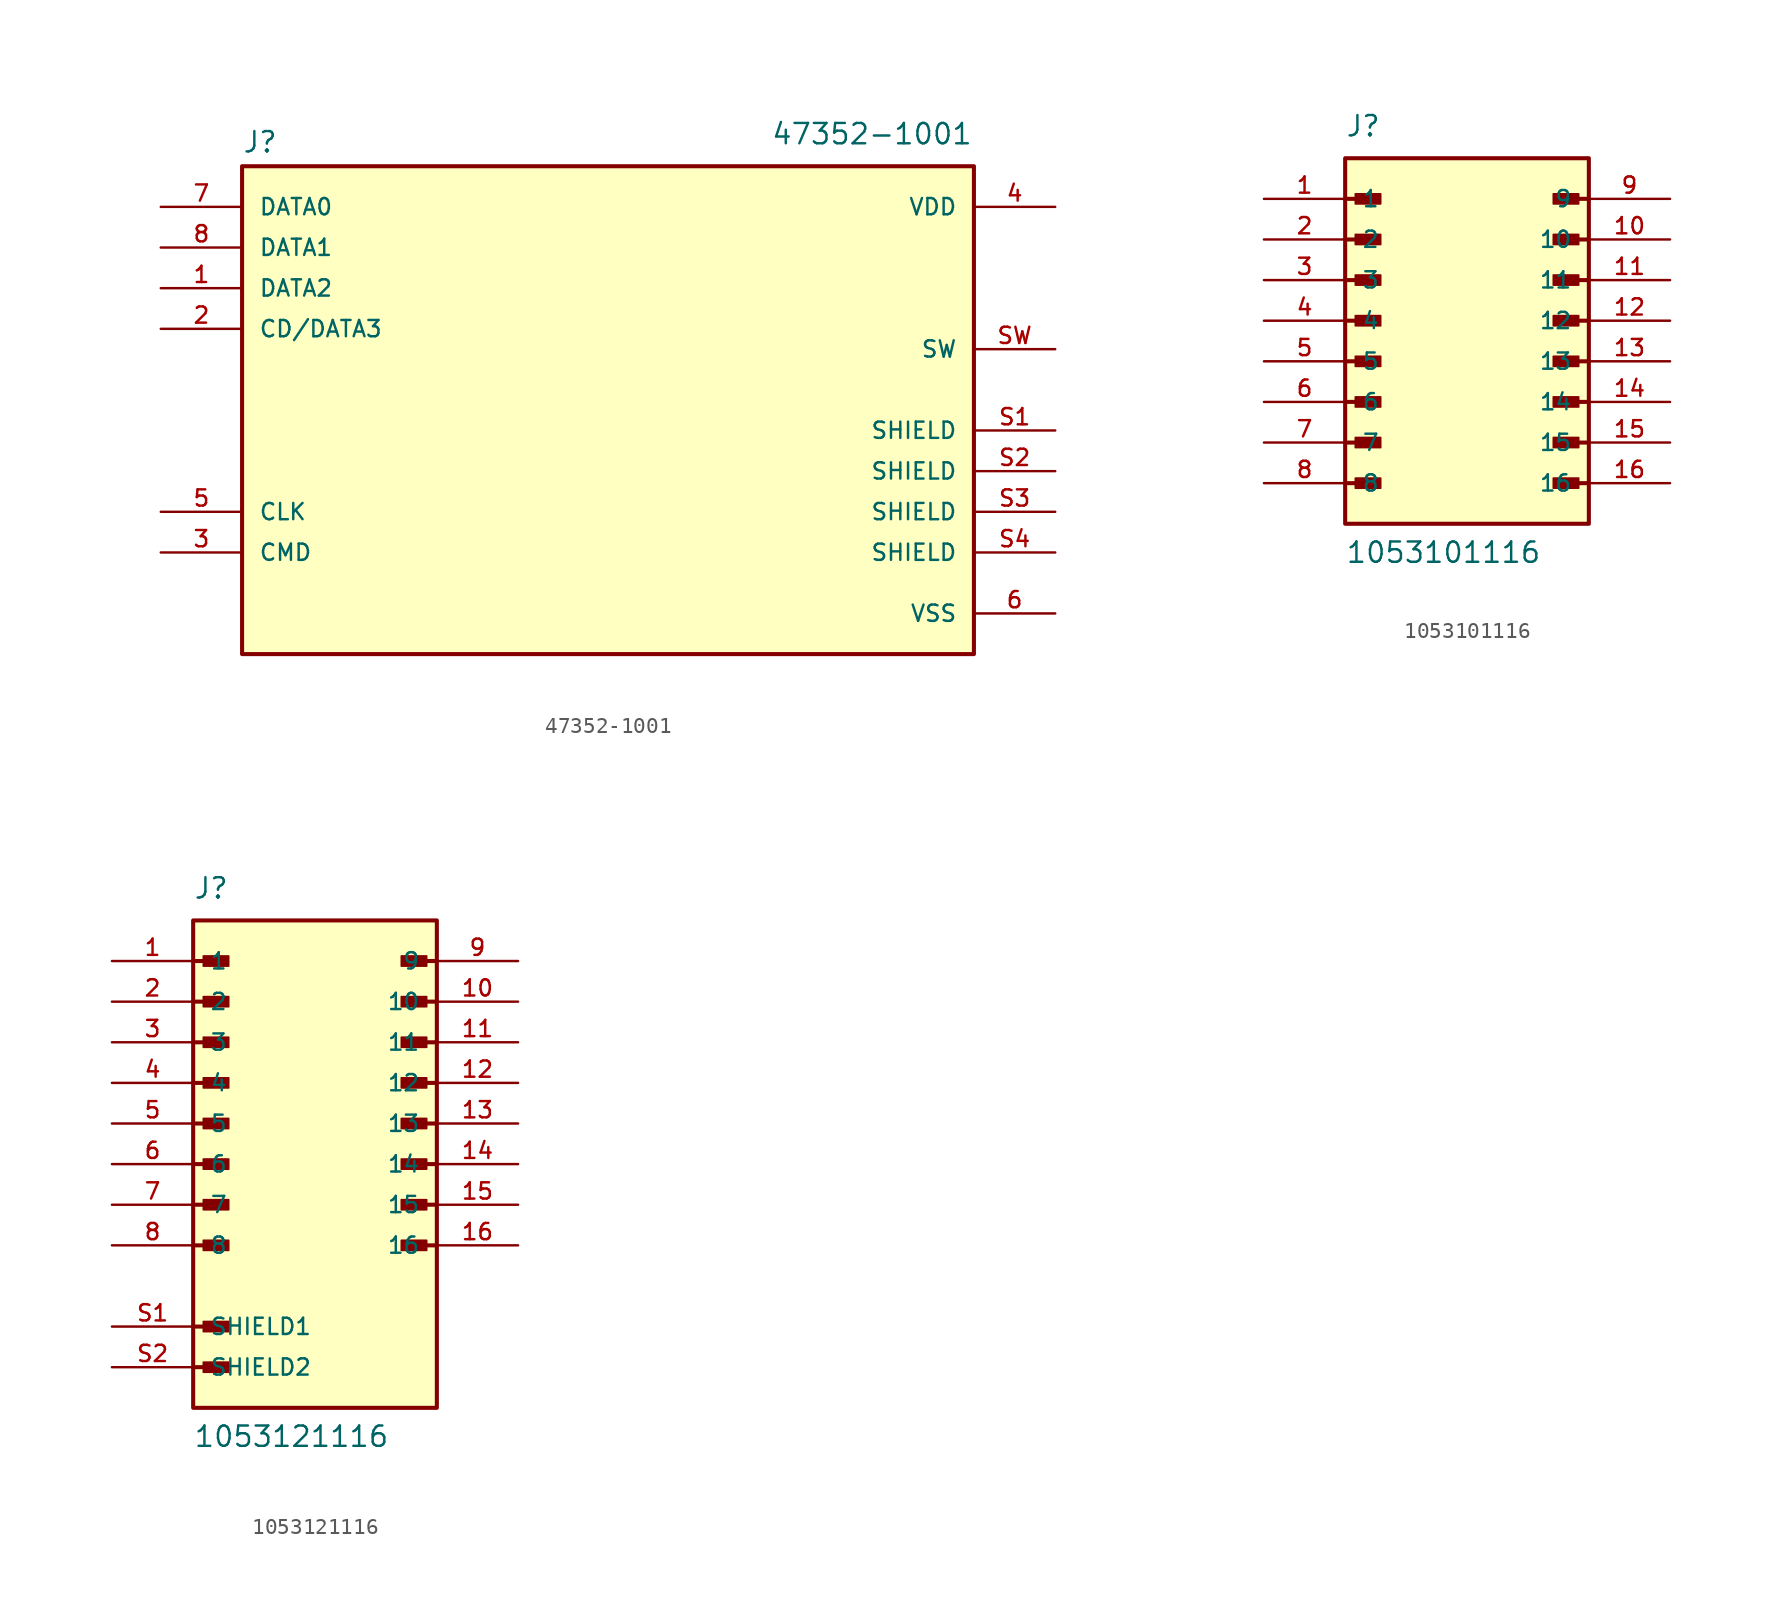
<source format=kicad_sym>
(kicad_symbol_lib
  (version 20220914)
  (generator kicad_symbol_editor)
  (symbol "47352-1001"
    (pin_names
      (offset 1.016))
    (property "Reference" "J"
      (at -7.62 16.002 0)
      (effects (font (size 1.27 1.27)) (justify left bottom)))
    (property "Value" "47352-1001"
      (at 25.4 16.51 0)
      (effects (font (size 1.27 1.27)) (justify left bottom)))
    (symbol "47352-1001_0_0"
      (rectangle (start -7.62 15.24) (end 38.1 -15.24) (stroke (width 0.254) (type default)) (fill (type background)))
      (pin passive line (at -12.7 7.62 0) (length 5.08) (name "DATA2" (effects (font (size 1.016 1.016)))) (number "1" (effects (font (size 1.016 1.016)))))
      (pin passive line (at -12.7 5.08 0) (length 5.08) (name "CD/DATA3" (effects (font (size 1.016 1.016)))) (number "2" (effects (font (size 1.016 1.016)))))
      (pin passive line (at -12.7 -8.89 0) (length 5.08) (name "CMD" (effects (font (size 1.016 1.016)))) (number "3" (effects (font (size 1.016 1.016)))))
      (pin passive line (at 43.18 12.7 180) (length 5.08) (name "VDD" (effects (font (size 1.016 1.016)))) (number "4" (effects (font (size 1.016 1.016)))))
      (pin passive line (at -12.7 -6.35 0) (length 5.08) (name "CLK" (effects (font (size 1.016 1.016)))) (number "5" (effects (font (size 1.016 1.016)))))
      (pin passive line (at 43.18 -12.7 180) (length 5.08) (name "VSS" (effects (font (size 1.016 1.016)))) (number "6" (effects (font (size 1.016 1.016)))))
      (pin passive line (at -12.7 12.7 0) (length 5.08) (name "DATA0" (effects (font (size 1.016 1.016)))) (number "7" (effects (font (size 1.016 1.016)))))
      (pin passive line (at -12.7 10.16 0) (length 5.08) (name "DATA1" (effects (font (size 1.016 1.016)))) (number "8" (effects (font (size 1.016 1.016)))))
      (pin passive line (at 43.18 -1.27 180) (length 5.08) (name "SHIELD" (effects (font (size 1.016 1.016)))) (number "S1" (effects (font (size 1.016 1.016)))))
      (pin passive line (at 43.18 -3.81 180) (length 5.08) (name "SHIELD" (effects (font (size 1.016 1.016)))) (number "S2" (effects (font (size 1.016 1.016)))))
      (pin passive line (at 43.18 -6.35 180) (length 5.08) (name "SHIELD" (effects (font (size 1.016 1.016)))) (number "S3" (effects (font (size 1.016 1.016)))))
      (pin passive line (at 43.18 -8.89 180) (length 5.08) (name "SHIELD" (effects (font (size 1.016 1.016)))) (number "S4" (effects (font (size 1.016 1.016)))))
      (pin passive line (at 43.18 3.81 180) (length 5.08) (name "SW" (effects (font (size 1.016 1.016)))) (number "SW" (effects (font (size 1.016 1.016)))))))
  (symbol "1053101116"
    (pin_names
      (offset 1.016))
    (property "Reference" "J"
      (at -7.62 11.43 0)
      (effects (font (size 1.27 1.27)) (justify left bottom)))
    (property "Value" "1053101116"
      (at -7.62 -15.24 0)
      (effects (font (size 1.27 1.27)) (justify left bottom)))
    (symbol "1053101116_0_0"
      (rectangle (start -7.62 -12.7) (end 7.62 10.16) (stroke (width 0.254) (type default)) (fill (type background)))
      (rectangle (start -6.985 -10.477) (end -5.397 -9.842) (stroke (width 0.1) (type default)) (fill (type outline)))
      (rectangle (start -6.985 -7.938) (end -5.397 -7.303) (stroke (width 0.1) (type default)) (fill (type outline)))
      (rectangle (start -6.985 -5.397) (end -5.397 -4.763) (stroke (width 0.1) (type default)) (fill (type outline)))
      (rectangle (start -6.985 -2.857) (end -5.397 -2.223) (stroke (width 0.1) (type default)) (fill (type outline)))
      (rectangle (start -6.985 -0.318) (end -5.397 0.318) (stroke (width 0.1) (type default)) (fill (type outline)))
      (rectangle (start -6.985 2.223) (end -5.397 2.857) (stroke (width 0.1) (type default)) (fill (type outline)))
      (rectangle (start -6.985 4.763) (end -5.397 5.397) (stroke (width 0.1) (type default)) (fill (type outline)))
      (rectangle (start -6.985 7.303) (end -5.397 7.938) (stroke (width 0.1) (type default)) (fill (type outline)))
      (polyline (pts (xy -7.62 -10.16) (xy -5.715 -10.16)) (stroke (width 0.254) (type default)) (fill (type none)))
      (polyline (pts (xy -7.62 -7.62) (xy -5.715 -7.62)) (stroke (width 0.254) (type default)) (fill (type none)))
      (polyline (pts (xy -7.62 -5.08) (xy -5.715 -5.08)) (stroke (width 0.254) (type default)) (fill (type none)))
      (polyline (pts (xy -7.62 -2.54) (xy -5.715 -2.54)) (stroke (width 0.254) (type default)) (fill (type none)))
      (polyline (pts (xy -7.62 0) (xy -5.715 0)) (stroke (width 0.254) (type default)) (fill (type none)))
      (polyline (pts (xy -7.62 2.54) (xy -5.715 2.54)) (stroke (width 0.254) (type default)) (fill (type none)))
      (polyline (pts (xy -7.62 5.08) (xy -5.715 5.08)) (stroke (width 0.254) (type default)) (fill (type none)))
      (polyline (pts (xy -7.62 7.62) (xy -5.715 7.62)) (stroke (width 0.254) (type default)) (fill (type none)))
      (polyline (pts (xy 7.62 -10.16) (xy 5.715 -10.16)) (stroke (width 0.254) (type default)) (fill (type none)))
      (polyline (pts (xy 7.62 -7.62) (xy 5.715 -7.62)) (stroke (width 0.254) (type default)) (fill (type none)))
      (polyline (pts (xy 7.62 -5.08) (xy 5.715 -5.08)) (stroke (width 0.254) (type default)) (fill (type none)))
      (polyline (pts (xy 7.62 -2.54) (xy 5.715 -2.54)) (stroke (width 0.254) (type default)) (fill (type none)))
      (polyline (pts (xy 7.62 0) (xy 5.715 0)) (stroke (width 0.254) (type default)) (fill (type none)))
      (polyline (pts (xy 7.62 2.54) (xy 5.715 2.54)) (stroke (width 0.254) (type default)) (fill (type none)))
      (polyline (pts (xy 7.62 5.08) (xy 5.715 5.08)) (stroke (width 0.254) (type default)) (fill (type none)))
      (polyline (pts (xy 7.62 7.62) (xy 5.715 7.62)) (stroke (width 0.254) (type default)) (fill (type none)))
      (rectangle (start 5.397 -10.477) (end 6.985 -9.842) (stroke (width 0.1) (type default)) (fill (type outline)))
      (rectangle (start 5.397 -7.938) (end 6.985 -7.303) (stroke (width 0.1) (type default)) (fill (type outline)))
      (rectangle (start 5.397 -5.397) (end 6.985 -4.763) (stroke (width 0.1) (type default)) (fill (type outline)))
      (rectangle (start 5.397 -2.857) (end 6.985 -2.223) (stroke (width 0.1) (type default)) (fill (type outline)))
      (rectangle (start 5.397 -0.318) (end 6.985 0.318) (stroke (width 0.1) (type default)) (fill (type outline)))
      (rectangle (start 5.397 2.223) (end 6.985 2.857) (stroke (width 0.1) (type default)) (fill (type outline)))
      (rectangle (start 5.397 4.763) (end 6.985 5.397) (stroke (width 0.1) (type default)) (fill (type outline)))
      (rectangle (start 5.397 7.303) (end 6.985 7.938) (stroke (width 0.1) (type default)) (fill (type outline)))
      (pin passive line (at -12.7 7.62 0) (length 5.08) (name "1" (effects (font (size 1.016 1.016)))) (number "1" (effects (font (size 1.016 1.016)))))
      (pin passive line (at 12.7 5.08 180) (length 5.08) (name "10" (effects (font (size 1.016 1.016)))) (number "10" (effects (font (size 1.016 1.016)))))
      (pin passive line (at 12.7 2.54 180) (length 5.08) (name "11" (effects (font (size 1.016 1.016)))) (number "11" (effects (font (size 1.016 1.016)))))
      (pin passive line (at 12.7 0 180) (length 5.08) (name "12" (effects (font (size 1.016 1.016)))) (number "12" (effects (font (size 1.016 1.016)))))
      (pin passive line (at 12.7 -2.54 180) (length 5.08) (name "13" (effects (font (size 1.016 1.016)))) (number "13" (effects (font (size 1.016 1.016)))))
      (pin passive line (at 12.7 -5.08 180) (length 5.08) (name "14" (effects (font (size 1.016 1.016)))) (number "14" (effects (font (size 1.016 1.016)))))
      (pin passive line (at 12.7 -7.62 180) (length 5.08) (name "15" (effects (font (size 1.016 1.016)))) (number "15" (effects (font (size 1.016 1.016)))))
      (pin passive line (at 12.7 -10.16 180) (length 5.08) (name "16" (effects (font (size 1.016 1.016)))) (number "16" (effects (font (size 1.016 1.016)))))
      (pin passive line (at -12.7 5.08 0) (length 5.08) (name "2" (effects (font (size 1.016 1.016)))) (number "2" (effects (font (size 1.016 1.016)))))
      (pin passive line (at -12.7 2.54 0) (length 5.08) (name "3" (effects (font (size 1.016 1.016)))) (number "3" (effects (font (size 1.016 1.016)))))
      (pin passive line (at -12.7 0 0) (length 5.08) (name "4" (effects (font (size 1.016 1.016)))) (number "4" (effects (font (size 1.016 1.016)))))
      (pin passive line (at -12.7 -2.54 0) (length 5.08) (name "5" (effects (font (size 1.016 1.016)))) (number "5" (effects (font (size 1.016 1.016)))))
      (pin passive line (at -12.7 -5.08 0) (length 5.08) (name "6" (effects (font (size 1.016 1.016)))) (number "6" (effects (font (size 1.016 1.016)))))
      (pin passive line (at -12.7 -7.62 0) (length 5.08) (name "7" (effects (font (size 1.016 1.016)))) (number "7" (effects (font (size 1.016 1.016)))))
      (pin passive line (at -12.7 -10.16 0) (length 5.08) (name "8" (effects (font (size 1.016 1.016)))) (number "8" (effects (font (size 1.016 1.016)))))
      (pin passive line (at 12.7 7.62 180) (length 5.08) (name "9" (effects (font (size 1.016 1.016)))) (number "9" (effects (font (size 1.016 1.016)))))))
  (symbol "1053121116"
    (pin_names
      (offset 1.016))
    (property "Reference" "J"
      (at -7.62 16.51 0)
      (effects (font (size 1.27 1.27)) (justify left bottom)))
    (property "Value" "1053121116"
      (at -7.62 -17.78 0)
      (effects (font (size 1.27 1.27)) (justify left bottom)))
    (symbol "1053121116_0_0"
      (rectangle (start -7.62 -15.24) (end 7.62 15.24) (stroke (width 0.254) (type default)) (fill (type background)))
      (rectangle (start -6.985 -13.018) (end -5.397 -12.383) (stroke (width 0.1) (type default)) (fill (type outline)))
      (rectangle (start -6.985 -10.477) (end -5.397 -9.842) (stroke (width 0.1) (type default)) (fill (type outline)))
      (rectangle (start -6.985 -5.397) (end -5.397 -4.763) (stroke (width 0.1) (type default)) (fill (type outline)))
      (rectangle (start -6.985 -2.857) (end -5.397 -2.223) (stroke (width 0.1) (type default)) (fill (type outline)))
      (rectangle (start -6.985 -0.318) (end -5.397 0.318) (stroke (width 0.1) (type default)) (fill (type outline)))
      (rectangle (start -6.985 2.223) (end -5.397 2.857) (stroke (width 0.1) (type default)) (fill (type outline)))
      (rectangle (start -6.985 4.763) (end -5.397 5.397) (stroke (width 0.1) (type default)) (fill (type outline)))
      (rectangle (start -6.985 7.303) (end -5.397 7.938) (stroke (width 0.1) (type default)) (fill (type outline)))
      (rectangle (start -6.985 9.842) (end -5.397 10.477) (stroke (width 0.1) (type default)) (fill (type outline)))
      (rectangle (start -6.985 12.383) (end -5.397 13.018) (stroke (width 0.1) (type default)) (fill (type outline)))
      (polyline (pts (xy -7.62 -12.7) (xy -5.715 -12.7)) (stroke (width 0.254) (type default)) (fill (type none)))
      (polyline (pts (xy -7.62 -10.16) (xy -5.715 -10.16)) (stroke (width 0.254) (type default)) (fill (type none)))
      (polyline (pts (xy -7.62 -5.08) (xy -5.715 -5.08)) (stroke (width 0.254) (type default)) (fill (type none)))
      (polyline (pts (xy -7.62 -2.54) (xy -5.715 -2.54)) (stroke (width 0.254) (type default)) (fill (type none)))
      (polyline (pts (xy -7.62 0) (xy -5.715 0)) (stroke (width 0.254) (type default)) (fill (type none)))
      (polyline (pts (xy -7.62 2.54) (xy -5.715 2.54)) (stroke (width 0.254) (type default)) (fill (type none)))
      (polyline (pts (xy -7.62 5.08) (xy -5.715 5.08)) (stroke (width 0.254) (type default)) (fill (type none)))
      (polyline (pts (xy -7.62 7.62) (xy -5.715 7.62)) (stroke (width 0.254) (type default)) (fill (type none)))
      (polyline (pts (xy -7.62 10.16) (xy -5.715 10.16)) (stroke (width 0.254) (type default)) (fill (type none)))
      (polyline (pts (xy -7.62 12.7) (xy -5.715 12.7)) (stroke (width 0.254) (type default)) (fill (type none)))
      (polyline (pts (xy 7.62 -5.08) (xy 5.715 -5.08)) (stroke (width 0.254) (type default)) (fill (type none)))
      (polyline (pts (xy 7.62 -2.54) (xy 5.715 -2.54)) (stroke (width 0.254) (type default)) (fill (type none)))
      (polyline (pts (xy 7.62 0) (xy 5.715 0)) (stroke (width 0.254) (type default)) (fill (type none)))
      (polyline (pts (xy 7.62 2.54) (xy 5.715 2.54)) (stroke (width 0.254) (type default)) (fill (type none)))
      (polyline (pts (xy 7.62 5.08) (xy 5.715 5.08)) (stroke (width 0.254) (type default)) (fill (type none)))
      (polyline (pts (xy 7.62 7.62) (xy 5.715 7.62)) (stroke (width 0.254) (type default)) (fill (type none)))
      (polyline (pts (xy 7.62 10.16) (xy 5.715 10.16)) (stroke (width 0.254) (type default)) (fill (type none)))
      (polyline (pts (xy 7.62 12.7) (xy 5.715 12.7)) (stroke (width 0.254) (type default)) (fill (type none)))
      (rectangle (start 5.397 -5.397) (end 6.985 -4.763) (stroke (width 0.1) (type default)) (fill (type outline)))
      (rectangle (start 5.397 -2.857) (end 6.985 -2.223) (stroke (width 0.1) (type default)) (fill (type outline)))
      (rectangle (start 5.397 -0.318) (end 6.985 0.318) (stroke (width 0.1) (type default)) (fill (type outline)))
      (rectangle (start 5.397 2.223) (end 6.985 2.857) (stroke (width 0.1) (type default)) (fill (type outline)))
      (rectangle (start 5.397 4.763) (end 6.985 5.397) (stroke (width 0.1) (type default)) (fill (type outline)))
      (rectangle (start 5.397 7.303) (end 6.985 7.938) (stroke (width 0.1) (type default)) (fill (type outline)))
      (rectangle (start 5.397 9.842) (end 6.985 10.477) (stroke (width 0.1) (type default)) (fill (type outline)))
      (rectangle (start 5.397 12.383) (end 6.985 13.018) (stroke (width 0.1) (type default)) (fill (type outline)))
      (pin passive line (at -12.7 12.7 0) (length 5.08) (name "1" (effects (font (size 1.016 1.016)))) (number "1" (effects (font (size 1.016 1.016)))))
      (pin passive line (at 12.7 10.16 180) (length 5.08) (name "10" (effects (font (size 1.016 1.016)))) (number "10" (effects (font (size 1.016 1.016)))))
      (pin passive line (at 12.7 7.62 180) (length 5.08) (name "11" (effects (font (size 1.016 1.016)))) (number "11" (effects (font (size 1.016 1.016)))))
      (pin passive line (at 12.7 5.08 180) (length 5.08) (name "12" (effects (font (size 1.016 1.016)))) (number "12" (effects (font (size 1.016 1.016)))))
      (pin passive line (at 12.7 2.54 180) (length 5.08) (name "13" (effects (font (size 1.016 1.016)))) (number "13" (effects (font (size 1.016 1.016)))))
      (pin passive line (at 12.7 0 180) (length 5.08) (name "14" (effects (font (size 1.016 1.016)))) (number "14" (effects (font (size 1.016 1.016)))))
      (pin passive line (at 12.7 -2.54 180) (length 5.08) (name "15" (effects (font (size 1.016 1.016)))) (number "15" (effects (font (size 1.016 1.016)))))
      (pin passive line (at 12.7 -5.08 180) (length 5.08) (name "16" (effects (font (size 1.016 1.016)))) (number "16" (effects (font (size 1.016 1.016)))))
      (pin passive line (at -12.7 10.16 0) (length 5.08) (name "2" (effects (font (size 1.016 1.016)))) (number "2" (effects (font (size 1.016 1.016)))))
      (pin passive line (at -12.7 7.62 0) (length 5.08) (name "3" (effects (font (size 1.016 1.016)))) (number "3" (effects (font (size 1.016 1.016)))))
      (pin passive line (at -12.7 5.08 0) (length 5.08) (name "4" (effects (font (size 1.016 1.016)))) (number "4" (effects (font (size 1.016 1.016)))))
      (pin passive line (at -12.7 2.54 0) (length 5.08) (name "5" (effects (font (size 1.016 1.016)))) (number "5" (effects (font (size 1.016 1.016)))))
      (pin passive line (at -12.7 0 0) (length 5.08) (name "6" (effects (font (size 1.016 1.016)))) (number "6" (effects (font (size 1.016 1.016)))))
      (pin passive line (at -12.7 -2.54 0) (length 5.08) (name "7" (effects (font (size 1.016 1.016)))) (number "7" (effects (font (size 1.016 1.016)))))
      (pin passive line (at -12.7 -5.08 0) (length 5.08) (name "8" (effects (font (size 1.016 1.016)))) (number "8" (effects (font (size 1.016 1.016)))))
      (pin passive line (at 12.7 12.7 180) (length 5.08) (name "9" (effects (font (size 1.016 1.016)))) (number "9" (effects (font (size 1.016 1.016)))))
      (pin passive line (at -12.7 -10.16 0) (length 5.08) (name "SHIELD1" (effects (font (size 1.016 1.016)))) (number "S1" (effects (font (size 1.016 1.016)))))
      (pin passive line (at -12.7 -12.7 0) (length 5.08) (name "SHIELD2" (effects (font (size 1.016 1.016)))) (number "S2" (effects (font (size 1.016 1.016))))))))
</source>
